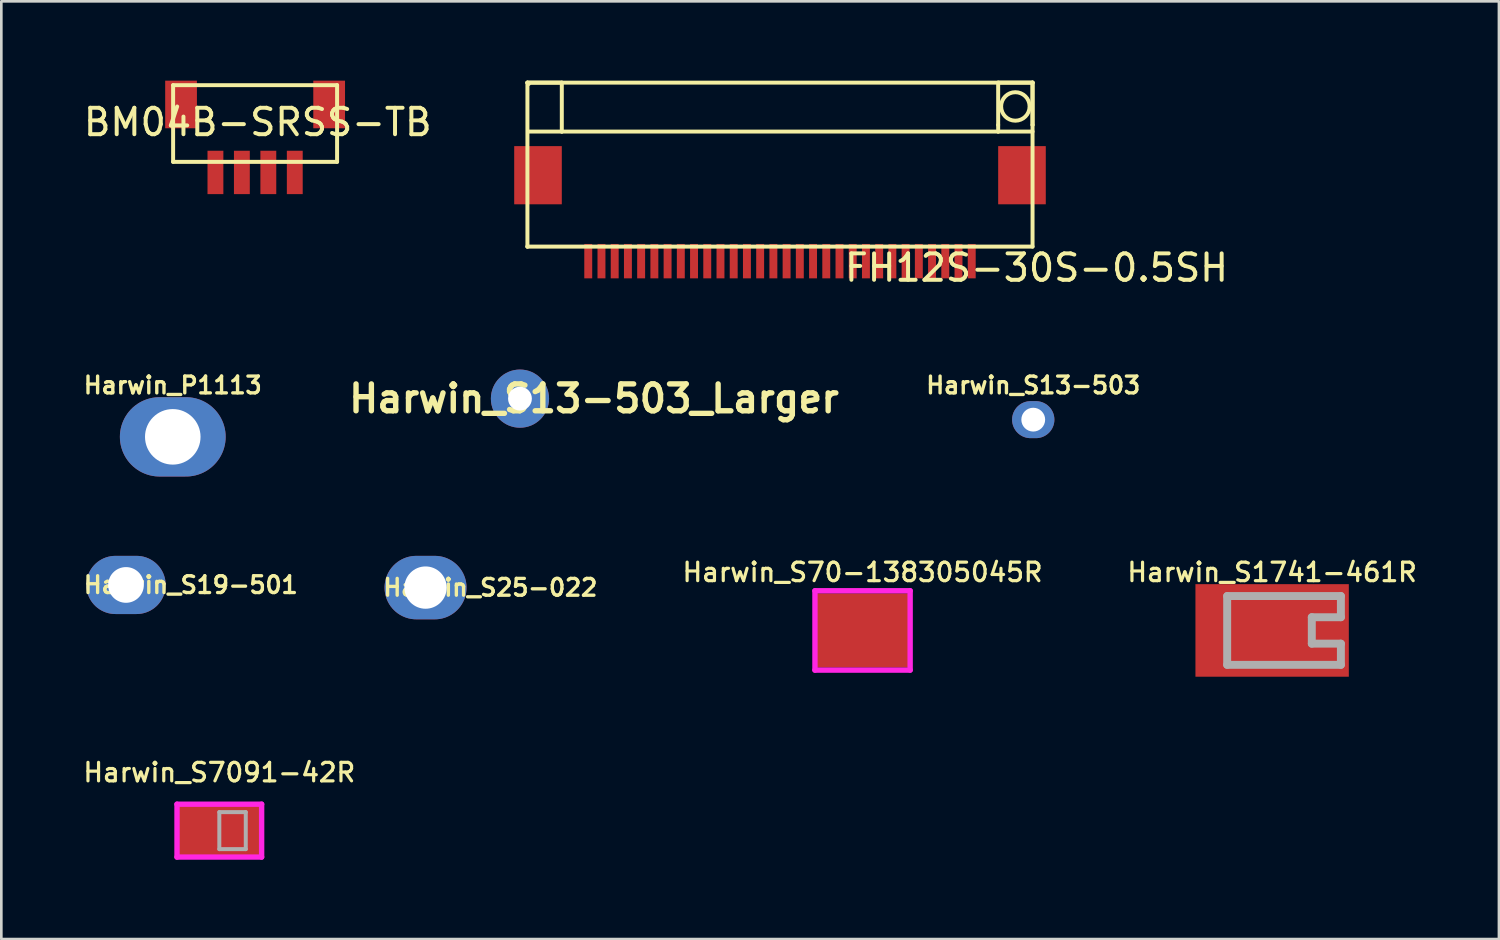
<source format=kicad_pcb>
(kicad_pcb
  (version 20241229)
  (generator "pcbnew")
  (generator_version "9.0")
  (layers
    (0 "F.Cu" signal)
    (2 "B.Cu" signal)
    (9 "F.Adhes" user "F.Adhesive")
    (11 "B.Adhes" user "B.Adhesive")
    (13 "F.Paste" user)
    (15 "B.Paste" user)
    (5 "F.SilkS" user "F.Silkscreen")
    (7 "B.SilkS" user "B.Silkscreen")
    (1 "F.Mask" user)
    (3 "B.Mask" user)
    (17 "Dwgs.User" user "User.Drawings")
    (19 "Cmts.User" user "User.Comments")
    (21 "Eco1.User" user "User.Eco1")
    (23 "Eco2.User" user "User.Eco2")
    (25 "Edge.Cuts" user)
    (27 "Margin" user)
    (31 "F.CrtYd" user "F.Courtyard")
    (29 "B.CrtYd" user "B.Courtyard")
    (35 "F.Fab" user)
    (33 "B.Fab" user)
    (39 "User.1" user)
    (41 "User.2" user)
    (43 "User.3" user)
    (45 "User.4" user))
  (footprint "Harwin_P1113"
    (layer "F.Cu")
    (at 3.483 13.468)
    (property "Reference" "Harwin_P1113" (at 0 -1.95 0) (layer "F.SilkS") (effects (font (size 0.635 0.635) (thickness 0.127))))
    (attr through_hole)
    (pad "1" thru_hole oval (at 0 0) (size 4 3) (drill 2.1) (layers "*.Cu" "*.Mask")))
  (footprint "Harwin_S13-503_Larger"
    (layer "F.Cu")
    (at 16.611 12.023)
    (property "Reference" "Harwin_S13-503_Larger" (at 2.8 0 0) (layer "F.SilkS") (effects (font (size 1.016 1.016) (thickness 0.203))))
    (attr through_hole)
    (pad "1" thru_hole oval (at 0 0) (size 2.2 2.2) (drill 0.9) (layers "*.Cu" "*.Mask")))
  (footprint "BM04B-SRSS-TB"
    (layer "F.Cu")
    (at 6.596 3.47)
    (property "Reference" "BM04B-SRSS-TB" (at 0.1 -1.9 0) (layer "F.SilkS") (effects (font (size 1 1) (thickness 0.15))))
    (attr through_hole)
    (fp_line (start -3.1 -3.3) (end 3.1 -3.3) (stroke (width 0.15) (type solid)) (layer "F.SilkS"))
    (fp_line (start -3.1 -0.4) (end -3.1 -3.3) (stroke (width 0.15) (type solid)) (layer "F.SilkS"))
    (fp_line (start 3.1 -3.3) (end 3.1 -0.4) (stroke (width 0.15) (type solid)) (layer "F.SilkS"))
    (fp_line (start 3.1 -0.4) (end -3.1 -0.4) (stroke (width 0.15) (type solid)) (layer "F.SilkS"))
    (pad "1" smd rect (at -1.5 0) (size 0.6 1.64) (layers "F.Cu" "F.Mask" "F.Paste"))
    (pad "2" smd rect (at -0.5 0) (size 0.6 1.64) (layers "F.Cu" "F.Mask" "F.Paste"))
    (pad "3" smd rect (at 0.5 0) (size 0.6 1.64) (layers "F.Cu" "F.Mask" "F.Paste"))
    (pad "4" smd rect (at 1.5 0) (size 0.6 1.64) (layers "F.Cu" "F.Mask" "F.Paste"))
    (pad "5" smd rect (at -2.8 -2.57) (size 1.2 1.8) (layers "F.Cu" "F.Mask" "F.Paste"))
    (pad "6" smd rect (at 2.8 -2.57) (size 1.2 1.8) (layers "F.Cu" "F.Mask" "F.Paste")))
  (footprint "Harwin_S70-138305045R"
    (layer "F.Cu")
    (at 29.565 20.788)
    (property "Reference" "Harwin_S70-138305045R" (at 0 -2.2 0) (layer "F.SilkS") (effects (font (size 0.7 0.7) (thickness 0.12))))
    (attr smd)
    (fp_line (start -1.8 -1.5) (end 1.8 -1.5) (stroke (width 0.203) (type solid)) (layer "F.CrtYd"))
    (fp_line (start -1.8 1.5) (end -1.8 -1.5) (stroke (width 0.203) (type solid)) (layer "F.CrtYd"))
    (fp_line (start 1.8 -1.5) (end 1.8 1.5) (stroke (width 0.203) (type solid)) (layer "F.CrtYd"))
    (fp_line (start 1.8 1.5) (end -1.8 1.5) (stroke (width 0.203) (type solid)) (layer "F.CrtYd"))
    (pad "" smd oval (at -1.1 0) (size 0.8 1.8) (layers "F.Paste"))
    (pad "" smd oval (at 0 0) (size 0.8 1.8) (layers "F.Paste"))
    (pad "" smd oval (at 1.1 0) (size 0.8 1.8) (layers "F.Paste"))
    (pad "1" smd rect (at 0 0) (size 3.6 2.8) (layers "F.Cu" "F.Mask")))
  (footprint "Harwin_S1741-461R"
    (layer "F.Cu")
    (at 45.052 20.788)
    (property "Reference" "Harwin_S1741-461R" (at 0 -2.2 0) (layer "F.SilkS") (effects (font (size 0.7 0.7) (thickness 0.12))))
    (attr smd)
    (fp_line (start -1.7 -1.3) (end -1.7 1.3) (stroke (width 0.3) (type solid)) (layer "F.Fab"))
    (fp_line (start -1.7 1.3) (end 2.6 1.3) (stroke (width 0.3) (type solid)) (layer "F.Fab"))
    (fp_line (start 1.5 -0.5) (end 2.6 -0.5) (stroke (width 0.3) (type solid)) (layer "F.Fab"))
    (fp_line (start 1.5 0.5) (end 1.5 -0.5) (stroke (width 0.3) (type solid)) (layer "F.Fab"))
    (fp_line (start 2.6 -1.3) (end -1.7 -1.3) (stroke (width 0.3) (type solid)) (layer "F.Fab"))
    (fp_line (start 2.6 -0.5) (end 2.6 -1.3) (stroke (width 0.3) (type solid)) (layer "F.Fab"))
    (fp_line (start 2.6 0.5) (end 1.5 0.5) (stroke (width 0.3) (type solid)) (layer "F.Fab"))
    (fp_line (start 2.6 1.3) (end 2.6 0.5) (stroke (width 0.3) (type solid)) (layer "F.Fab"))
    (pad "" smd oval (at -2.2 0) (size 0.8 3) (layers "F.Paste"))
    (pad "" smd oval (at -1.1 0) (size 0.8 3) (layers "F.Paste"))
    (pad "" smd oval (at 0 0) (size 0.8 3) (layers "F.Paste"))
    (pad "" smd oval (at 1.1 0) (size 0.8 3) (layers "F.Paste"))
    (pad "" smd oval (at 2.2 0) (size 0.8 3) (layers "F.Paste"))
    (pad "1" smd rect (at 0 0) (size 5.8 3.5) (layers "F.Cu" "F.Mask")))
  (footprint "Harwin_S25-022"
    (layer "F.Cu")
    (at 13.041 19.168)
    (property "Reference" "Harwin_S25-022" (at 2.45 0 0) (layer "F.SilkS") (effects (font (size 0.635 0.635) (thickness 0.127))))
    (attr through_hole)
    (pad "1" thru_hole oval (at 0 0) (size 3.1 2.4) (drill 1.6) (layers "*.Cu" "*.Mask")))
  (footprint "FH12S-30S-0.5SH"
    (layer "F.Cu")
    (at 26.543 4.175)
    (property "Reference" "FH12S-30S-0.5SH" (at 9.6 2.9 180) (layer "F.SilkS") (effects (font (size 1 1) (thickness 0.15))))
    (attr smd)
    (fp_line (start -9.65 -4.1) (end -9.6 -4.05) (stroke (width 0.15) (type solid)) (layer "F.SilkS"))
    (fp_line (start -9.65 -4.1) (end -8.35 -4.1) (stroke (width 0.15) (type solid)) (layer "F.SilkS"))
    (fp_line (start -9.65 -4.1) (end 9.45 -4.1) (stroke (width 0.15) (type solid)) (layer "F.SilkS"))
    (fp_line (start -9.65 2.1) (end -9.65 -4.1) (stroke (width 0.15) (type solid)) (layer "F.SilkS"))
    (fp_line (start -9.65 2.1) (end -9.65 2.1) (stroke (width 0.15) (type solid)) (layer "F.SilkS"))
    (fp_line (start -8.35 -4.1) (end -8.35 -2.25) (stroke (width 0.15) (type solid)) (layer "F.SilkS"))
    (fp_line (start -8.35 -2.25) (end -9.6 -2.25) (stroke (width 0.15) (type solid)) (layer "F.SilkS"))
    (fp_line (start -8.35 -2.25) (end 8.15 -2.25) (stroke (width 0.15) (type solid)) (layer "F.SilkS"))
    (fp_line (start 8.15 -4.1) (end 8.15 -2.25) (stroke (width 0.15) (type solid)) (layer "F.SilkS"))
    (fp_line (start 8.15 -2.5) (end 8.15 -2.5) (stroke (width 0.15) (type solid)) (layer "F.SilkS"))
    (fp_line (start 8.15 -2.25) (end 9.45 -2.25) (stroke (width 0.15) (type solid)) (layer "F.SilkS"))
    (fp_line (start 9.45 -4.1) (end 8.15 -4.1) (stroke (width 0.15) (type solid)) (layer "F.SilkS"))
    (fp_line (start 9.45 -4.1) (end 9.45 -4.1) (stroke (width 0.15) (type solid)) (layer "F.SilkS"))
    (fp_line (start 9.45 -4.1) (end 9.45 2.1) (stroke (width 0.15) (type solid)) (layer "F.SilkS"))
    (fp_line (start 9.45 -2.5) (end 9.45 -4.1) (stroke (width 0.15) (type solid)) (layer "F.SilkS"))
    (fp_line (start 9.45 -2.5) (end 9.45 -2.5) (stroke (width 0.15) (type solid)) (layer "F.SilkS"))
    (fp_line (start 9.45 2.1) (end -9.65 2.1) (stroke (width 0.15) (type solid)) (layer "F.SilkS"))
    (fp_circle (center 8.8 -3.2) (end 8.3 -3) (stroke (width 0.15) (type solid)) (fill no) (layer "F.SilkS"))
    (pad "" smd rect (at -9.25 -0.6 90) (size 2.2 1.8) (layers "F.Cu" "F.Mask"))
    (pad "" smd rect (at 9.05 -0.6 90) (size 2.2 1.8) (layers "F.Cu" "F.Mask"))
    (pad "1" smd rect (at 7.15 2.65 90) (size 1.3 0.3) (layers "F.Cu" "F.Mask" "F.Paste"))
    (pad "2" smd rect (at 6.65 2.65 90) (size 1.3 0.3) (layers "F.Cu" "F.Mask" "F.Paste"))
    (pad "3" smd rect (at 6.15 2.65 90) (size 1.3 0.3) (layers "F.Cu" "F.Mask" "F.Paste"))
    (pad "4" smd rect (at 5.65 2.65 90) (size 1.3 0.3) (layers "F.Cu" "F.Mask" "F.Paste"))
    (pad "5" smd rect (at 5.15 2.65 90) (size 1.3 0.3) (layers "F.Cu" "F.Mask" "F.Paste"))
    (pad "6" smd rect (at 4.65 2.65 90) (size 1.3 0.3) (layers "F.Cu" "F.Mask" "F.Paste"))
    (pad "7" smd rect (at 4.15 2.65 90) (size 1.3 0.3) (layers "F.Cu" "F.Mask" "F.Paste"))
    (pad "8" smd rect (at 3.65 2.65 90) (size 1.3 0.3) (layers "F.Cu" "F.Mask" "F.Paste"))
    (pad "9" smd rect (at 3.15 2.65 90) (size 1.3 0.3) (layers "F.Cu" "F.Mask" "F.Paste"))
    (pad "10" smd rect (at 2.65 2.65 90) (size 1.3 0.3) (layers "F.Cu" "F.Mask" "F.Paste"))
    (pad "11" smd rect (at 2.15 2.65 90) (size 1.3 0.3) (layers "F.Cu" "F.Mask" "F.Paste"))
    (pad "12" smd rect (at 1.65 2.65 90) (size 1.3 0.3) (layers "F.Cu" "F.Mask" "F.Paste"))
    (pad "13" smd rect (at 1.15 2.65 90) (size 1.3 0.3) (layers "F.Cu" "F.Mask" "F.Paste"))
    (pad "14" smd rect (at 0.65 2.65 90) (size 1.3 0.3) (layers "F.Cu" "F.Mask" "F.Paste"))
    (pad "15" smd rect (at 0.15 2.65 90) (size 1.3 0.3) (layers "F.Cu" "F.Mask" "F.Paste"))
    (pad "16" smd rect (at -0.35 2.65 90) (size 1.3 0.3) (layers "F.Cu" "F.Mask" "F.Paste"))
    (pad "17" smd rect (at -0.85 2.65 90) (size 1.3 0.3) (layers "F.Cu" "F.Mask" "F.Paste"))
    (pad "18" smd rect (at -1.35 2.65 90) (size 1.3 0.3) (layers "F.Cu" "F.Mask" "F.Paste"))
    (pad "19" smd rect (at -1.85 2.65 90) (size 1.3 0.3) (layers "F.Cu" "F.Mask" "F.Paste"))
    (pad "20" smd rect (at -2.35 2.65 90) (size 1.3 0.3) (layers "F.Cu" "F.Mask" "F.Paste"))
    (pad "21" smd rect (at -2.85 2.65 90) (size 1.3 0.3) (layers "F.Cu" "F.Mask" "F.Paste"))
    (pad "22" smd rect (at -3.35 2.65 90) (size 1.3 0.3) (layers "F.Cu" "F.Mask" "F.Paste"))
    (pad "23" smd rect (at -3.85 2.65 90) (size 1.3 0.3) (layers "F.Cu" "F.Mask" "F.Paste"))
    (pad "24" smd rect (at -4.35 2.65 90) (size 1.3 0.3) (layers "F.Cu" "F.Mask" "F.Paste"))
    (pad "25" smd rect (at -4.85 2.65 90) (size 1.3 0.3) (layers "F.Cu" "F.Mask" "F.Paste"))
    (pad "26" smd rect (at -5.35 2.65 90) (size 1.3 0.3) (layers "F.Cu" "F.Mask" "F.Paste"))
    (pad "27" smd rect (at -5.85 2.65 90) (size 1.3 0.3) (layers "F.Cu" "F.Mask" "F.Paste"))
    (pad "28" smd rect (at -6.35 2.65 90) (size 1.3 0.3) (layers "F.Cu" "F.Mask" "F.Paste"))
    (pad "29" smd rect (at -6.85 2.65 90) (size 1.3 0.3) (layers "F.Cu" "F.Mask" "F.Paste"))
    (pad "30" smd rect (at -7.35 2.65 90) (size 1.3 0.3) (layers "F.Cu" "F.Mask" "F.Paste")))
  (footprint "Harwin_S13-503"
    (layer "F.Cu")
    (at 36.019 12.818)
    (property "Reference" "Harwin_S13-503" (at 0 -1.3 0) (layer "F.SilkS") (effects (font (size 0.635 0.635) (thickness 0.127))))
    (attr through_hole)
    (pad "1" thru_hole oval (at 0 0) (size 1.6 1.4) (drill 0.9) (layers "*.Cu" "*.Mask")))
  (footprint "Harwin_S19-501"
    (layer "F.Cu")
    (at 1.714 19.068)
    (property "Reference" "Harwin_S19-501" (at 2.45 0 0) (layer "F.SilkS") (effects (font (size 0.635 0.635) (thickness 0.127))))
    (attr through_hole)
    (pad "1" thru_hole oval (at 0 0) (size 3 2.2) (drill 1.35) (layers "*.Cu" "*.Mask")))
  (footprint "Harwin_S7091-42R"
    (layer "F.Cu")
    (at 5.243 28.358)
    (property "Reference" "Harwin_S7091-42R" (at 0 -2.2 0) (layer "F.SilkS") (effects (font (size 0.7 0.7) (thickness 0.12))))
    (attr smd)
    (fp_line (start -1.6 -1) (end 1.6 -1) (stroke (width 0.203) (type solid)) (layer "F.CrtYd"))
    (fp_line (start -1.6 1) (end -1.6 -1) (stroke (width 0.203) (type solid)) (layer "F.CrtYd"))
    (fp_line (start 1.6 -1) (end 1.6 1) (stroke (width 0.203) (type solid)) (layer "F.CrtYd"))
    (fp_line (start 1.6 1) (end -1.6 1) (stroke (width 0.203) (type solid)) (layer "F.CrtYd"))
    (fp_line (start 0 -0.7) (end 0 0.7) (stroke (width 0.15) (type solid)) (layer "F.Fab"))
    (fp_line (start 0 -0.7) (end 1 -0.7) (stroke (width 0.15) (type solid)) (layer "F.Fab"))
    (fp_line (start 0 0.7) (end 1 0.7) (stroke (width 0.15) (type solid)) (layer "F.Fab"))
    (fp_line (start 1 0.7) (end 1 -0.7) (stroke (width 0.15) (type solid)) (layer "F.Fab"))
    (pad "" smd oval (at -1.1 0) (size 0.8 1.8) (layers "F.Paste"))
    (pad "" smd oval (at 0 0) (size 0.8 1.8) (layers "F.Paste"))
    (pad "" smd oval (at 1.1 0) (size 0.8 1.8) (layers "F.Paste"))
    (pad "1" smd rect (at 0 0) (size 3.1 1.9) (layers "F.Cu" "F.Mask")))
  (gr_rect
    (start -3 -3)
    (end 53.628 32.459)
    (stroke (width 0.1) (type default))
    (fill no)
    (layer "Edge.Cuts")))
</source>
